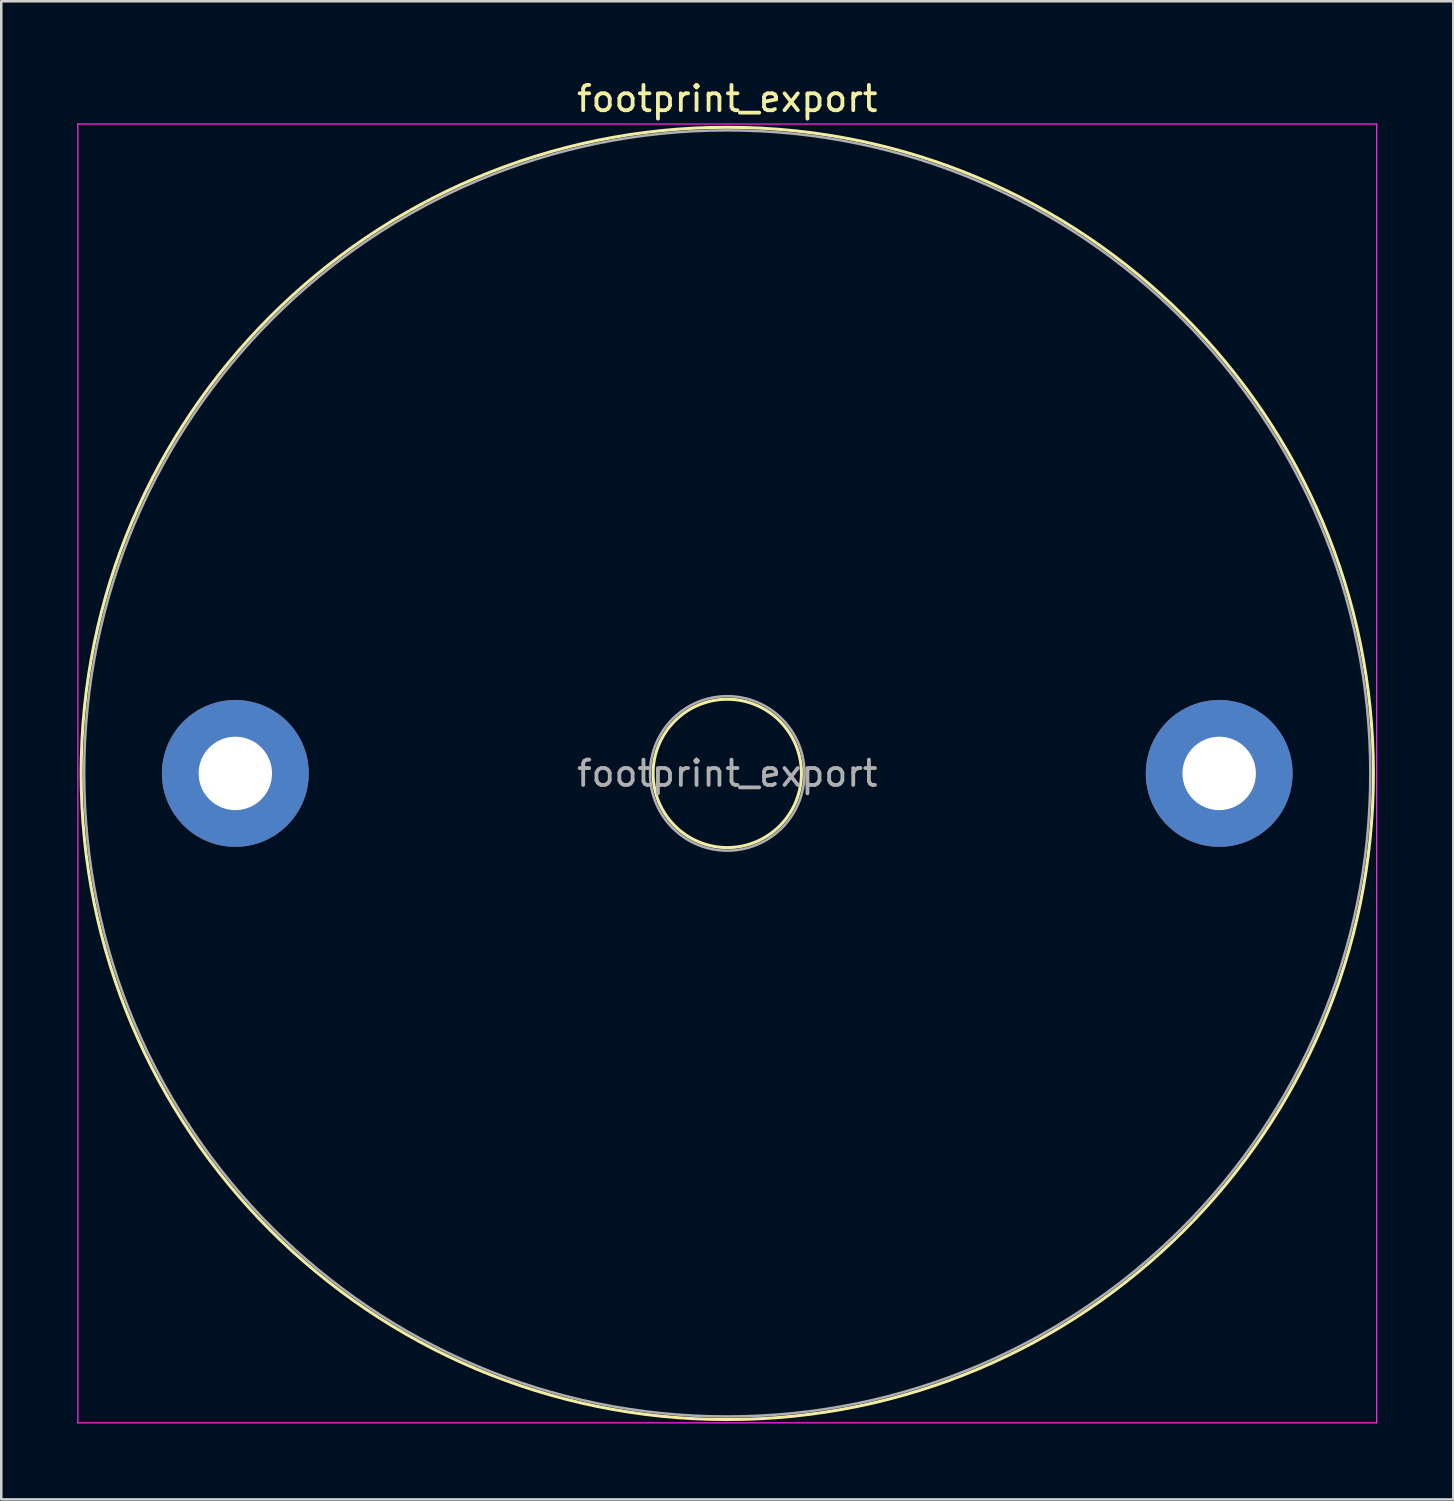
<source format=kicad_pcb>
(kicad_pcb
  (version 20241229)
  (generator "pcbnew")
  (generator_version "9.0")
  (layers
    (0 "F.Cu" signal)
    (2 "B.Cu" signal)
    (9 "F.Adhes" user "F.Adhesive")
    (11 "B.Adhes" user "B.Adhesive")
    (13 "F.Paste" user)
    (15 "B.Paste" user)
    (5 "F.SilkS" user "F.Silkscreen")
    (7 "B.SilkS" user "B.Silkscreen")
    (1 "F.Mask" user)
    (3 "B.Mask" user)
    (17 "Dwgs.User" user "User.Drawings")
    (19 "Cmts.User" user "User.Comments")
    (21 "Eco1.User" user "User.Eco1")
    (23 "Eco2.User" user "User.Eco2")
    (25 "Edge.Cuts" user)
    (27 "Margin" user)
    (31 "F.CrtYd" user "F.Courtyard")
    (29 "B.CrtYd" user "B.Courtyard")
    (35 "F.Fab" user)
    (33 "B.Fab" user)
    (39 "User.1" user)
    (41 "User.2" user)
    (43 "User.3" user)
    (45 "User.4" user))
  (footprint "footprint_export"
    (layer "F.Cu")
    (at 6.245 27.498)
    (property "Reference" "footprint_export" (at 19.43 -26.65 0) (layer "F.SilkS") (effects (font (size 1 1) (thickness 0.15))))
    (attr through_hole)
    (fp_circle (center 19.43 0) (end 22.36 0) (stroke (width 0.12) (type solid)) (fill no) (layer "F.SilkS"))
    (fp_circle (center 19.43 0) (end 44.95 0) (stroke (width 0.12) (type solid)) (fill no) (layer "F.SilkS"))
    (fp_line (start -6.22 -25.65) (end -6.22 25.65) (stroke (width 0.05) (type solid)) (layer "F.CrtYd"))
    (fp_line (start -6.22 25.65) (end 45.08 25.65) (stroke (width 0.05) (type solid)) (layer "F.CrtYd"))
    (fp_line (start 45.08 -25.65) (end -6.22 -25.65) (stroke (width 0.05) (type solid)) (layer "F.CrtYd"))
    (fp_line (start 45.08 25.65) (end 45.08 -25.65) (stroke (width 0.05) (type solid)) (layer "F.CrtYd"))
    (fp_circle (center 19.43 0) (end 22.48 0) (stroke (width 0.1) (type solid)) (fill no) (layer "F.Fab"))
    (fp_circle (center 19.43 0) (end 44.83 0) (stroke (width 0.1) (type solid)) (fill no) (layer "F.Fab"))
    (fp_text user "${REFERENCE}" (at 19.43 0 0) (layer "F.Fab") (effects (font (size 1 1) (thickness 0.15))))
    (pad "1" thru_hole circle (at 0 0) (size 5.8 5.8) (drill 2.9) (layers "*.Cu" "*.Mask"))
    (pad "2" thru_hole circle (at 38.86 0) (size 5.8 5.8) (drill 2.9) (layers "*.Cu" "*.Mask")))
  (gr_rect
    (start -3 -3)
    (end 54.35 56.173)
    (stroke (width 0.1) (type default))
    (fill no)
    (layer "Edge.Cuts")))
</source>
